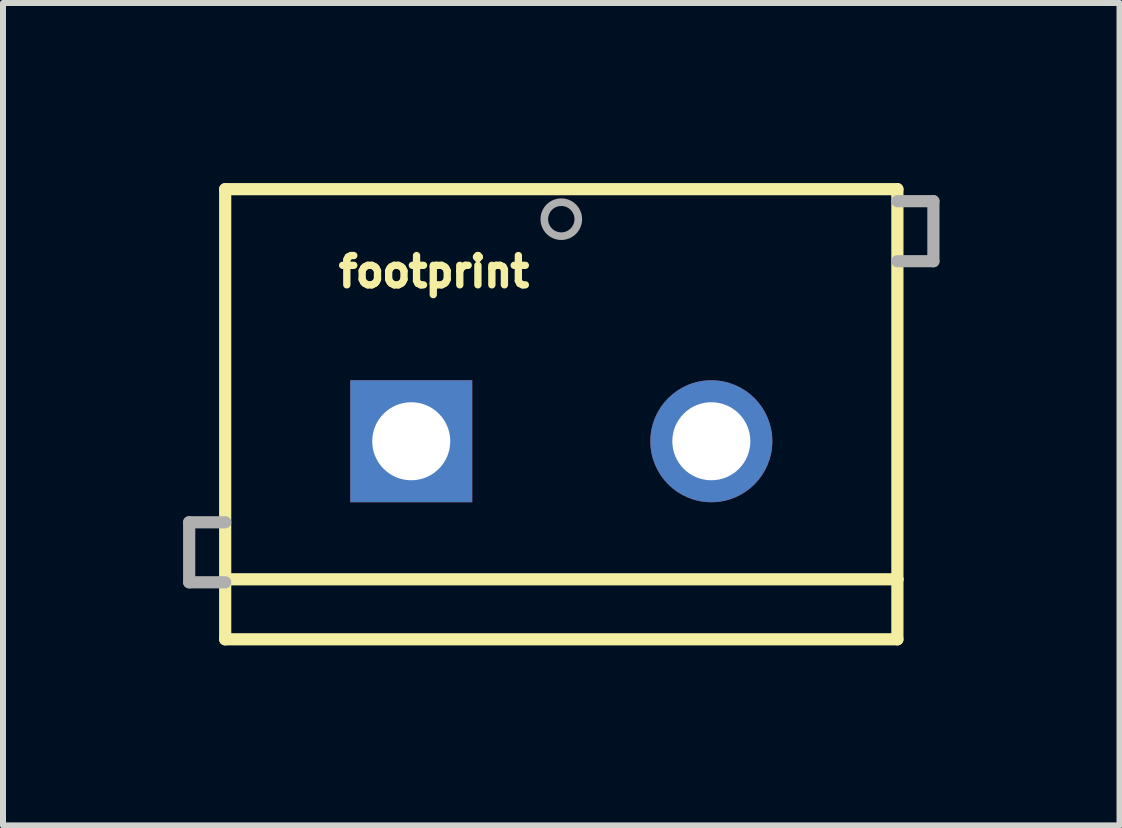
<source format=kicad_pcb>
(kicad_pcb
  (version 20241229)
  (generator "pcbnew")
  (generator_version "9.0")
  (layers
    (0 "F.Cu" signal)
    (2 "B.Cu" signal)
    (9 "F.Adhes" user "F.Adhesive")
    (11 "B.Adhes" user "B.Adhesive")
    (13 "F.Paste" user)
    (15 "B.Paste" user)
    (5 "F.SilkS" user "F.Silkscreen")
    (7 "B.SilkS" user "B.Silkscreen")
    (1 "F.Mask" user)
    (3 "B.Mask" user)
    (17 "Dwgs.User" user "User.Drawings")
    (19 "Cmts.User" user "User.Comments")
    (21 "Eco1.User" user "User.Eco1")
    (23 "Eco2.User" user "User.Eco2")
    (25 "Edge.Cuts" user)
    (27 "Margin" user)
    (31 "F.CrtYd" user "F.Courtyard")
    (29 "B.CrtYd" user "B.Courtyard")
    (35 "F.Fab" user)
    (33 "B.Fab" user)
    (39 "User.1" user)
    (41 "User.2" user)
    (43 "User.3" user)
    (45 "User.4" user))
  (footprint "footprint"
    (layer "F.Cu")
    (at 3.802 4.302)
    (property "Reference" "footprint" (at -1.27 -2.54 0) (layer "F.SilkS") (effects (font (size 0.488 0.488) (thickness 0.122)) (justify left bottom)))
    (fp_line (start -3.1 -4.2) (end 8.1 -4.2) (stroke (width 0.203) (type solid)) (layer "F.SilkS"))
    (fp_line (start -3.1 2.3) (end -3.1 -4.2) (stroke (width 0.203) (type solid)) (layer "F.SilkS"))
    (fp_line (start -3.1 3.3) (end -3.1 2.3) (stroke (width 0.203) (type solid)) (layer "F.SilkS"))
    (fp_line (start 8.1 -4.2) (end 8.1 2.3) (stroke (width 0.203) (type solid)) (layer "F.SilkS"))
    (fp_line (start 8.1 2.3) (end -3.1 2.3) (stroke (width 0.203) (type solid)) (layer "F.SilkS"))
    (fp_line (start 8.1 2.3) (end 8.1 3.3) (stroke (width 0.203) (type solid)) (layer "F.SilkS"))
    (fp_line (start 8.1 3.3) (end -3.1 3.3) (stroke (width 0.203) (type solid)) (layer "F.SilkS"))
    (fp_line (start -3.7 1.35) (end -3.7 2.35) (stroke (width 0.203) (type solid)) (layer "F.Fab"))
    (fp_line (start -3.7 2.35) (end -3.1 2.35) (stroke (width 0.203) (type solid)) (layer "F.Fab"))
    (fp_line (start -3.1 1.35) (end -3.7 1.35) (stroke (width 0.203) (type solid)) (layer "F.Fab"))
    (fp_line (start 8.1 -4) (end 8.7 -4) (stroke (width 0.203) (type solid)) (layer "F.Fab"))
    (fp_line (start 8.7 -4) (end 8.7 -3) (stroke (width 0.203) (type solid)) (layer "F.Fab"))
    (fp_line (start 8.7 -3) (end 8.1 -3) (stroke (width 0.203) (type solid)) (layer "F.Fab"))
    (fp_circle (center 2.5 -3.7) (end 2.783 -3.7) (stroke (width 0.127) (type solid)) (fill no) (layer "F.Fab"))
    (pad "1" thru_hole rect (at 0 0) (size 2.032 2.032) (drill 1.3) (layers "*.Cu" "*.Mask"))
    (pad "2" thru_hole circle (at 5 0) (size 2.032 2.032) (drill 1.3) (layers "*.Cu" "*.Mask")))
  (gr_rect
    (start -3 -3)
    (end 15.603 10.703)
    (stroke (width 0.1) (type default))
    (fill no)
    (layer "Edge.Cuts")))
</source>
